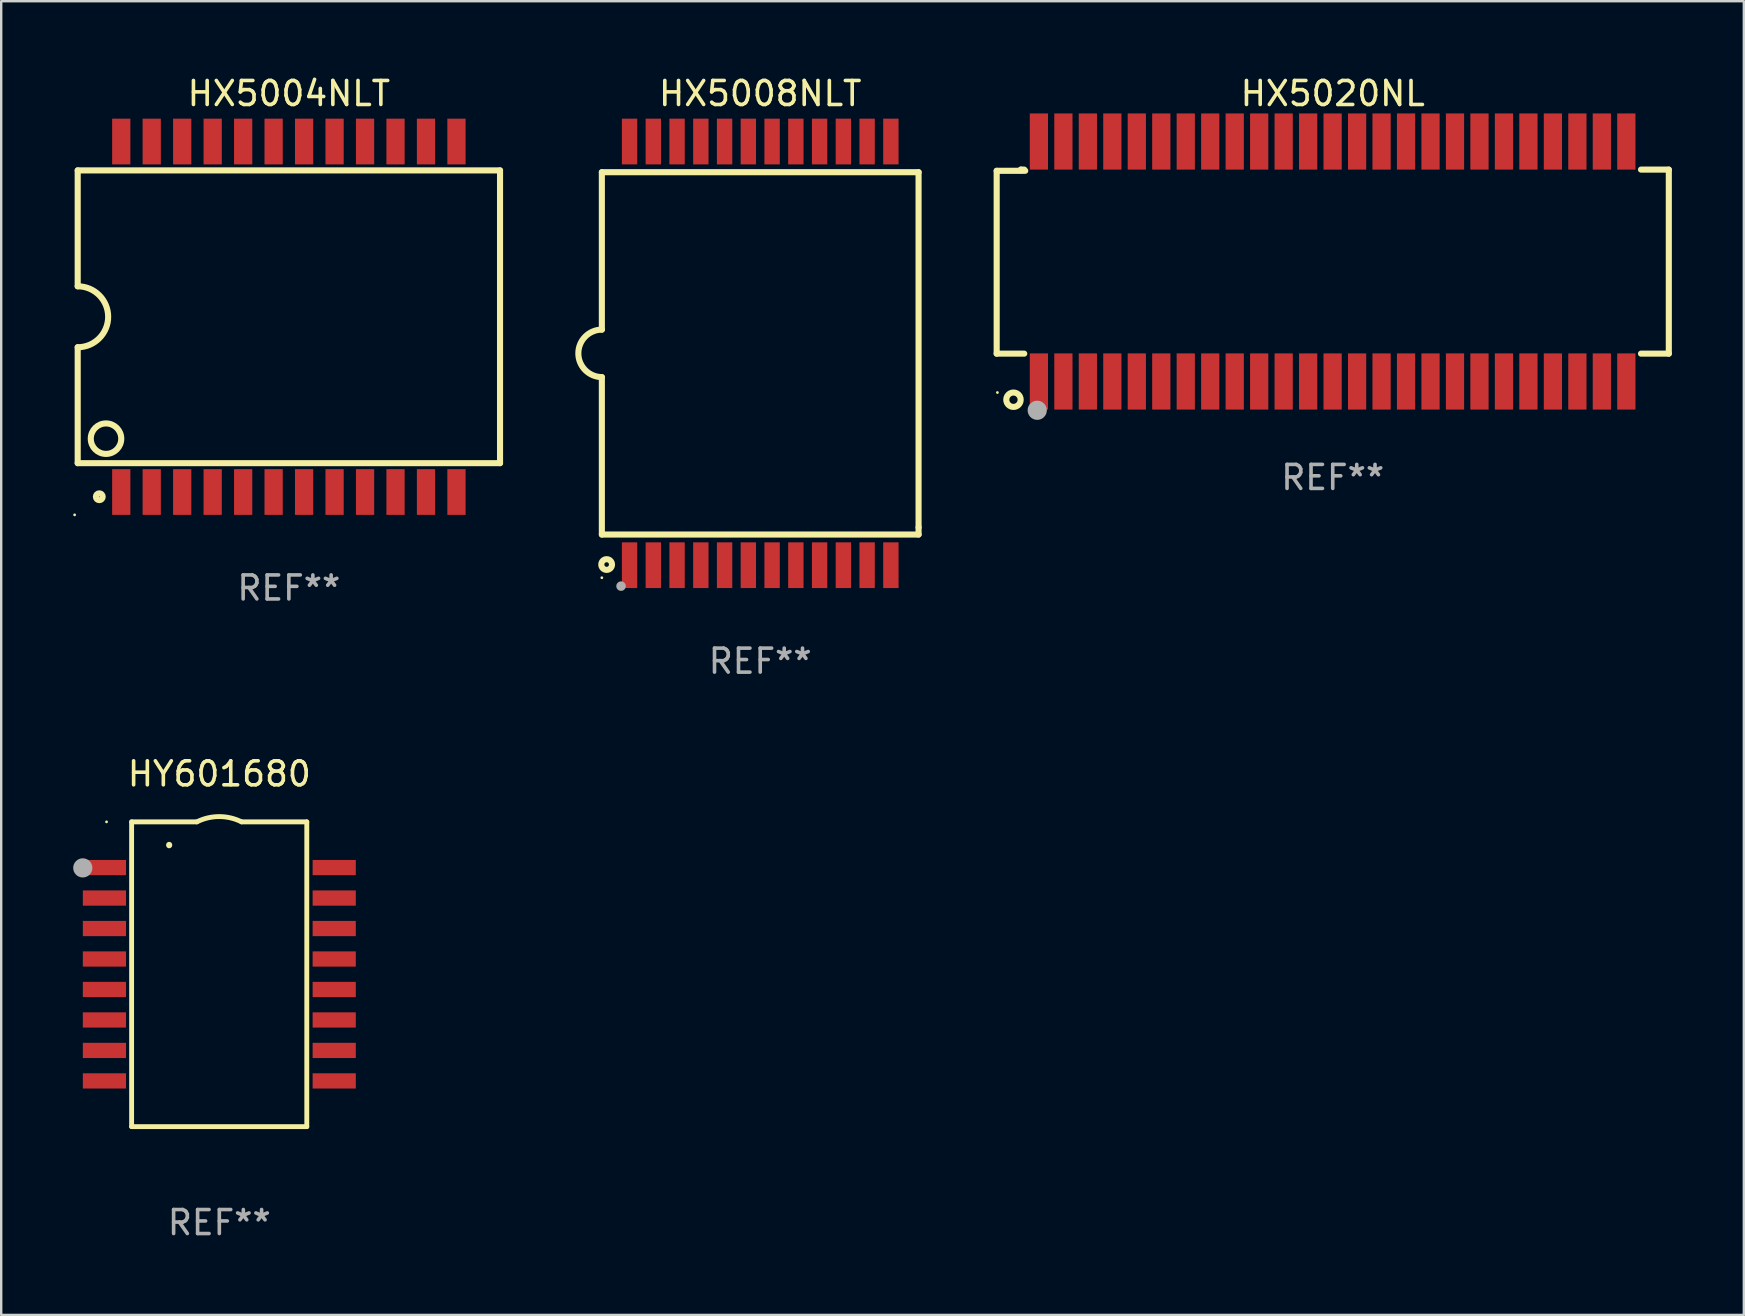
<source format=kicad_pcb>
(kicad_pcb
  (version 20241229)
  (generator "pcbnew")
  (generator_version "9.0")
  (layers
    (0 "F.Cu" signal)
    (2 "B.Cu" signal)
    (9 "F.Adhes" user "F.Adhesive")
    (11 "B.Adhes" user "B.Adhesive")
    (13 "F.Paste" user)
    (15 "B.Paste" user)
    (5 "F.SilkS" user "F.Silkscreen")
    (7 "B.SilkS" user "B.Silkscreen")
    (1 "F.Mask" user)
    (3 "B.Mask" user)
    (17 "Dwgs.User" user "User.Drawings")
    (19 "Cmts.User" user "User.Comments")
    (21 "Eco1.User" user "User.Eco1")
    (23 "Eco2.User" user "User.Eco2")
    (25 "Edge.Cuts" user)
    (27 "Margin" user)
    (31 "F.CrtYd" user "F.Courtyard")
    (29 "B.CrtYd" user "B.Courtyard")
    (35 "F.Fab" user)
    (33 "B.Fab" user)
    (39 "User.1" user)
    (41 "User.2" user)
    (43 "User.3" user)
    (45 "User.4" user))
  (footprint "HX5008NLT"
    (layer "F.Cu")
    (at 28.631 11.676)
    (property "Reference" "HX5008NLT" (at 0 -10.828 0) (layer "F.SilkS") (effects (font (size 1 1) (thickness 0.15))))
    (attr through_hole)
    (fp_line (start -6.6 -7.55) (end -6.6 -0.99) (stroke (width 0.254) (type solid)) (layer "F.SilkS"))
    (fp_line (start -6.6 -7.55) (end 6.6 -7.55) (stroke (width 0.254) (type solid)) (layer "F.SilkS"))
    (fp_line (start -6.6 7.55) (end -6.6 0.99) (stroke (width 0.254) (type solid)) (layer "F.SilkS"))
    (fp_line (start 6.599 -7.551) (end 6.599 7.252) (stroke (width 0.254) (type solid)) (layer "F.SilkS"))
    (fp_line (start 6.599 7.252) (end 6.599 7.55) (stroke (width 0.254) (type solid)) (layer "F.SilkS"))
    (fp_line (start 6.6 7.55) (end -6.6 7.55) (stroke (width 0.254) (type solid)) (layer "F.SilkS"))
    (fp_arc (start -6.600025 0.990043) (mid -7.589001 -0.000571) (end -6.598933 -0.990094) (stroke (width 0.254001) (type solid)) (layer "F.SilkS"))
    (fp_circle (center -6.6 9.35) (end -6.57 9.35) (stroke (width 0.06) (type solid)) (fill no) (layer "F.SilkS"))
    (fp_circle (center -6.4 8.8) (end -6.177 8.8) (stroke (width 0.254) (type solid)) (fill no) (layer "F.SilkS"))
    (fp_circle (center -5.8 9.7) (end -5.7 9.7) (stroke (width 0.2) (type solid)) (fill no) (layer "F.Fab"))
    (fp_text user "REF**" (at 0 12.828 0) (layer "F.Fab") (effects (font (size 1 1) (thickness 0.15))))
    (pad "1" smd rect (at -5.445 8.828) (size 0.64 1.905) (layers "F.Cu" "F.Mask" "F.Paste"))
    (pad "2" smd rect (at -4.455 8.828) (size 0.64 1.905) (layers "F.Cu" "F.Mask" "F.Paste"))
    (pad "3" smd rect (at -3.465 8.828) (size 0.64 1.905) (layers "F.Cu" "F.Mask" "F.Paste"))
    (pad "4" smd rect (at -2.475 8.828) (size 0.64 1.905) (layers "F.Cu" "F.Mask" "F.Paste"))
    (pad "5" smd rect (at -1.485 8.828) (size 0.64 1.905) (layers "F.Cu" "F.Mask" "F.Paste"))
    (pad "6" smd rect (at -0.495 8.828) (size 0.64 1.905) (layers "F.Cu" "F.Mask" "F.Paste"))
    (pad "7" smd rect (at 0.495 8.828) (size 0.64 1.905) (layers "F.Cu" "F.Mask" "F.Paste"))
    (pad "8" smd rect (at 1.485 8.828) (size 0.64 1.905) (layers "F.Cu" "F.Mask" "F.Paste"))
    (pad "9" smd rect (at 2.475 8.828) (size 0.64 1.905) (layers "F.Cu" "F.Mask" "F.Paste"))
    (pad "10" smd rect (at 3.465 8.828) (size 0.64 1.905) (layers "F.Cu" "F.Mask" "F.Paste"))
    (pad "11" smd rect (at 4.455 8.828) (size 0.64 1.905) (layers "F.Cu" "F.Mask" "F.Paste"))
    (pad "12" smd rect (at 5.445 8.828) (size 0.64 1.905) (layers "F.Cu" "F.Mask" "F.Paste"))
    (pad "13" smd rect (at 5.445 -8.828) (size 0.64 1.905) (layers "F.Cu" "F.Mask" "F.Paste"))
    (pad "14" smd rect (at 4.455 -8.828) (size 0.64 1.905) (layers "F.Cu" "F.Mask" "F.Paste"))
    (pad "15" smd rect (at 3.465 -8.828) (size 0.64 1.905) (layers "F.Cu" "F.Mask" "F.Paste"))
    (pad "16" smd rect (at 2.475 -8.828) (size 0.64 1.905) (layers "F.Cu" "F.Mask" "F.Paste"))
    (pad "17" smd rect (at 1.485 -8.828) (size 0.64 1.905) (layers "F.Cu" "F.Mask" "F.Paste"))
    (pad "18" smd rect (at 0.495 -8.828) (size 0.64 1.905) (layers "F.Cu" "F.Mask" "F.Paste"))
    (pad "19" smd rect (at -0.495 -8.828) (size 0.64 1.905) (layers "F.Cu" "F.Mask" "F.Paste"))
    (pad "20" smd rect (at -1.485 -8.828) (size 0.64 1.905) (layers "F.Cu" "F.Mask" "F.Paste"))
    (pad "21" smd rect (at -2.475 -8.828) (size 0.64 1.905) (layers "F.Cu" "F.Mask" "F.Paste"))
    (pad "22" smd rect (at -3.465 -8.828) (size 0.64 1.905) (layers "F.Cu" "F.Mask" "F.Paste"))
    (pad "23" smd rect (at -4.455 -8.828) (size 0.64 1.905) (layers "F.Cu" "F.Mask" "F.Paste"))
    (pad "24" smd rect (at -5.445 -8.828) (size 0.64 1.905) (layers "F.Cu" "F.Mask" "F.Paste")))
  (footprint "HX5004NLT"
    (layer "F.Cu")
    (at 8.988 10.151)
    (property "Reference" "HX5004NLT" (at 0 -9.303 0) (layer "F.SilkS") (effects (font (size 1 1) (thickness 0.15))))
    (attr through_hole)
    (fp_line (start -8.8 -6.1) (end -8.8 -1.27) (stroke (width 0.254) (type solid)) (layer "F.SilkS"))
    (fp_line (start -8.8 -6.1) (end 8.8 -6.1) (stroke (width 0.254) (type solid)) (layer "F.SilkS"))
    (fp_line (start -8.8 6.1) (end -8.8 1.27) (stroke (width 0.254) (type solid)) (layer "F.SilkS"))
    (fp_line (start 8.8 -6.1) (end 8.8 6.1) (stroke (width 0.254) (type solid)) (layer "F.SilkS"))
    (fp_line (start 8.8 6.1) (end -8.8 6.1) (stroke (width 0.254) (type solid)) (layer "F.SilkS"))
    (fp_arc (start -8.801118 -1.270003) (mid -7.531115 -0.000546) (end -8.800025 1.270003) (stroke (width 0.254001) (type solid)) (layer "F.SilkS"))
    (fp_circle (center -8.928 8.255) (end -8.898 8.255) (stroke (width 0.06) (type solid)) (fill no) (layer "F.SilkS"))
    (fp_circle (center -7.9 7.5) (end -7.758 7.5) (stroke (width 0.254) (type solid)) (fill no) (layer "F.SilkS"))
    (fp_circle (center -7.62 5.08) (end -6.985 5.08) (stroke (width 0.254) (type solid)) (fill no) (layer "F.SilkS"))
    (fp_text user "REF**" (at 0 11.303 0) (layer "F.Fab") (effects (font (size 1 1) (thickness 0.15))))
    (pad "1" smd rect (at -6.985 7.303 90) (size 1.905 0.76) (layers "F.Cu" "F.Mask" "F.Paste"))
    (pad "2" smd rect (at -5.715 7.303 90) (size 1.905 0.76) (layers "F.Cu" "F.Mask" "F.Paste"))
    (pad "3" smd rect (at -4.445 7.303 90) (size 1.905 0.76) (layers "F.Cu" "F.Mask" "F.Paste"))
    (pad "4" smd rect (at -3.175 7.303 90) (size 1.905 0.76) (layers "F.Cu" "F.Mask" "F.Paste"))
    (pad "5" smd rect (at -1.905 7.303 90) (size 1.905 0.76) (layers "F.Cu" "F.Mask" "F.Paste"))
    (pad "6" smd rect (at -0.635 7.303 90) (size 1.905 0.76) (layers "F.Cu" "F.Mask" "F.Paste"))
    (pad "7" smd rect (at 0.635 7.303 90) (size 1.905 0.76) (layers "F.Cu" "F.Mask" "F.Paste"))
    (pad "8" smd rect (at 1.905 7.303 90) (size 1.905 0.76) (layers "F.Cu" "F.Mask" "F.Paste"))
    (pad "9" smd rect (at 3.175 7.303 90) (size 1.905 0.76) (layers "F.Cu" "F.Mask" "F.Paste"))
    (pad "10" smd rect (at 4.445 7.303 90) (size 1.905 0.76) (layers "F.Cu" "F.Mask" "F.Paste"))
    (pad "11" smd rect (at 5.715 7.303 90) (size 1.905 0.76) (layers "F.Cu" "F.Mask" "F.Paste"))
    (pad "12" smd rect (at 6.985 7.303 90) (size 1.905 0.76) (layers "F.Cu" "F.Mask" "F.Paste"))
    (pad "13" smd rect (at 6.985 -7.303 90) (size 1.905 0.76) (layers "F.Cu" "F.Mask" "F.Paste"))
    (pad "14" smd rect (at 5.715 -7.303 90) (size 1.905 0.76) (layers "F.Cu" "F.Mask" "F.Paste"))
    (pad "15" smd rect (at 4.445 -7.303 90) (size 1.905 0.76) (layers "F.Cu" "F.Mask" "F.Paste"))
    (pad "16" smd rect (at 3.175 -7.303 90) (size 1.905 0.76) (layers "F.Cu" "F.Mask" "F.Paste"))
    (pad "17" smd rect (at 1.905 -7.303 270) (size 1.905 0.76) (layers "F.Cu" "F.Mask" "F.Paste"))
    (pad "18" smd rect (at 0.635 -7.303 270) (size 1.905 0.76) (layers "F.Cu" "F.Mask" "F.Paste"))
    (pad "19" smd rect (at -0.635 -7.303 270) (size 1.905 0.76) (layers "F.Cu" "F.Mask" "F.Paste"))
    (pad "20" smd rect (at -1.905 -7.303 270) (size 1.905 0.76) (layers "F.Cu" "F.Mask" "F.Paste"))
    (pad "21" smd rect (at -3.175 -7.303 270) (size 1.905 0.76) (layers "F.Cu" "F.Mask" "F.Paste"))
    (pad "22" smd rect (at -4.445 -7.303 270) (size 1.905 0.76) (layers "F.Cu" "F.Mask" "F.Paste"))
    (pad "23" smd rect (at -5.715 -7.303 270) (size 1.905 0.76) (layers "F.Cu" "F.Mask" "F.Paste"))
    (pad "24" smd rect (at -6.985 -7.303 270) (size 1.905 0.76) (layers "F.Cu" "F.Mask" "F.Paste")))
  (footprint "HY601680"
    (layer "F.Cu")
    (at 6.09 37.55)
    (property "Reference" "HY601680" (at 0 -8.35 0) (layer "F.SilkS") (effects (font (size 1 1) (thickness 0.15))))
    (attr through_hole)
    (fp_line (start -3.655 -6.35) (end -0.937 -6.35) (stroke (width 0.203) (type solid)) (layer "F.SilkS"))
    (fp_line (start -3.655 6.35) (end -3.655 -6.35) (stroke (width 0.203) (type solid)) (layer "F.SilkS"))
    (fp_line (start 0.927 -6.35) (end 3.645 -6.35) (stroke (width 0.203) (type solid)) (layer "F.SilkS"))
    (fp_line (start 3.645 -6.35) (end 3.645 6.35) (stroke (width 0.203) (type solid)) (layer "F.SilkS"))
    (fp_line (start 3.645 6.35) (end -3.655 6.35) (stroke (width 0.203) (type solid)) (layer "F.SilkS"))
    (fp_arc (start -2.090424 -5.377191) (mid -2.090454 -5.383541) (end -2.090424 -5.389891) (stroke (width 0.254001) (type solid)) (layer "F.SilkS"))
    (fp_arc (start -0.937262 -6.350013) (mid -0.00508 -6.569989) (end 0.927102 -6.350013) (stroke (width 0.2032) (type solid)) (layer "F.SilkS"))
    (fp_circle (center -4.7 -6.35) (end -4.67 -6.35) (stroke (width 0.06) (type solid)) (fill no) (layer "F.SilkS"))
    (fp_circle (center -5.69 -4.432) (end -5.49 -4.432) (stroke (width 0.4) (type solid)) (fill no) (layer "F.Fab"))
    (fp_text user "REF**" (at 0 10.35 0) (layer "F.Fab") (effects (font (size 1 1) (thickness 0.15))))
    (pad "1" smd rect (at -4.788 -4.445 270) (size 0.635 1.8) (layers "F.Cu" "F.Mask" "F.Paste"))
    (pad "2" smd rect (at -4.788 -3.175 270) (size 0.635 1.8) (layers "F.Cu" "F.Mask" "F.Paste"))
    (pad "3" smd rect (at -4.788 -1.905 270) (size 0.635 1.8) (layers "F.Cu" "F.Mask" "F.Paste"))
    (pad "4" smd rect (at -4.788 -0.635 270) (size 0.635 1.8) (layers "F.Cu" "F.Mask" "F.Paste"))
    (pad "5" smd rect (at -4.788 0.635 270) (size 0.635 1.8) (layers "F.Cu" "F.Mask" "F.Paste"))
    (pad "6" smd rect (at -4.788 1.905 270) (size 0.635 1.8) (layers "F.Cu" "F.Mask" "F.Paste"))
    (pad "7" smd rect (at -4.788 3.175 270) (size 0.635 1.8) (layers "F.Cu" "F.Mask" "F.Paste"))
    (pad "8" smd rect (at -4.788 4.445 270) (size 0.635 1.8) (layers "F.Cu" "F.Mask" "F.Paste"))
    (pad "9" smd rect (at 4.788 4.445 270) (size 0.635 1.8) (layers "F.Cu" "F.Mask" "F.Paste"))
    (pad "10" smd rect (at 4.788 3.175 270) (size 0.635 1.8) (layers "F.Cu" "F.Mask" "F.Paste"))
    (pad "11" smd rect (at 4.788 1.905 270) (size 0.635 1.8) (layers "F.Cu" "F.Mask" "F.Paste"))
    (pad "12" smd rect (at 4.788 0.635 270) (size 0.635 1.8) (layers "F.Cu" "F.Mask" "F.Paste"))
    (pad "13" smd rect (at 4.788 -0.635 270) (size 0.635 1.8) (layers "F.Cu" "F.Mask" "F.Paste"))
    (pad "14" smd rect (at 4.788 -1.905 270) (size 0.635 1.8) (layers "F.Cu" "F.Mask" "F.Paste"))
    (pad "15" smd rect (at 4.788 -3.175 270) (size 0.635 1.8) (layers "F.Cu" "F.Mask" "F.Paste"))
    (pad "16" smd rect (at 4.788 -4.445 270) (size 0.635 1.8) (layers "F.Cu" "F.Mask" "F.Paste")))
  (footprint "HX5020NL"
    (layer "F.Cu")
    (at 52.49 7.848)
    (property "Reference" "HX5020NL" (at 0 -7 0) (layer "F.SilkS") (effects (font (size 1 1) (thickness 0.15))))
    (attr through_hole)
    (fp_line (start -14.005 -3.78) (end -14.005 3.84) (stroke (width 0.254) (type solid)) (layer "F.SilkS"))
    (fp_line (start -14.005 3.84) (end -12.856 3.84) (stroke (width 0.254) (type solid)) (layer "F.SilkS"))
    (fp_line (start -12.995 -3.83) (end -12.995 -3.8) (stroke (width 0.254) (type solid)) (layer "F.SilkS"))
    (fp_line (start -12.856 -3.83) (end -12.995 -3.83) (stroke (width 0.254) (type solid)) (layer "F.SilkS"))
    (fp_line (start -12.815 -3.78) (end -14.005 -3.78) (stroke (width 0.254) (type solid)) (layer "F.SilkS"))
    (fp_line (start 12.846 3.84) (end 14.005 3.84) (stroke (width 0.254) (type solid)) (layer "F.SilkS"))
    (fp_line (start 14.005 -3.83) (end 12.846 -3.83) (stroke (width 0.254) (type solid)) (layer "F.SilkS"))
    (fp_line (start 14.005 3.84) (end 14.005 -3.83) (stroke (width 0.254) (type solid)) (layer "F.SilkS"))
    (fp_circle (center -13.975 5.46) (end -13.945 5.46) (stroke (width 0.06) (type solid)) (fill no) (layer "F.SilkS"))
    (fp_circle (center -13.305 5.76) (end -13.005 5.76) (stroke (width 0.254) (type solid)) (fill no) (layer "F.SilkS"))
    (fp_circle (center -12.315 6.2) (end -12.115 6.2) (stroke (width 0.4) (type solid)) (fill no) (layer "F.Fab"))
    (fp_text user "REF**" (at 0 9 0) (layer "F.Fab") (effects (font (size 1 1) (thickness 0.15))))
    (pad "1" smd rect (at -12.245 5 90) (size 2.34 0.76) (layers "F.Cu" "F.Mask" "F.Paste"))
    (pad "2" smd rect (at -11.225 5 90) (size 2.34 0.76) (layers "F.Cu" "F.Mask" "F.Paste"))
    (pad "3" smd rect (at -10.205 5 90) (size 2.34 0.76) (layers "F.Cu" "F.Mask" "F.Paste"))
    (pad "4" smd rect (at -9.185 5 90) (size 2.34 0.76) (layers "F.Cu" "F.Mask" "F.Paste"))
    (pad "5" smd rect (at -8.165 5 90) (size 2.34 0.76) (layers "F.Cu" "F.Mask" "F.Paste"))
    (pad "6" smd rect (at -7.145 5 90) (size 2.34 0.76) (layers "F.Cu" "F.Mask" "F.Paste"))
    (pad "7" smd rect (at -6.125 5 90) (size 2.34 0.76) (layers "F.Cu" "F.Mask" "F.Paste"))
    (pad "8" smd rect (at -5.105 5 90) (size 2.34 0.76) (layers "F.Cu" "F.Mask" "F.Paste"))
    (pad "9" smd rect (at -4.085 5 90) (size 2.34 0.76) (layers "F.Cu" "F.Mask" "F.Paste"))
    (pad "10" smd rect (at -3.065 5 90) (size 2.34 0.76) (layers "F.Cu" "F.Mask" "F.Paste"))
    (pad "11" smd rect (at -2.045 5 90) (size 2.34 0.76) (layers "F.Cu" "F.Mask" "F.Paste"))
    (pad "12" smd rect (at -1.025 5 90) (size 2.34 0.76) (layers "F.Cu" "F.Mask" "F.Paste"))
    (pad "13" smd rect (at -0.005 5 90) (size 2.34 0.76) (layers "F.Cu" "F.Mask" "F.Paste"))
    (pad "14" smd rect (at 1.015 5 90) (size 2.34 0.76) (layers "F.Cu" "F.Mask" "F.Paste"))
    (pad "15" smd rect (at 2.035 5 90) (size 2.34 0.76) (layers "F.Cu" "F.Mask" "F.Paste"))
    (pad "16" smd rect (at 3.055 5 90) (size 2.34 0.76) (layers "F.Cu" "F.Mask" "F.Paste"))
    (pad "17" smd rect (at 4.075 5 90) (size 2.34 0.76) (layers "F.Cu" "F.Mask" "F.Paste"))
    (pad "18" smd rect (at 5.095 5 90) (size 2.34 0.76) (layers "F.Cu" "F.Mask" "F.Paste"))
    (pad "19" smd rect (at 6.115 5 90) (size 2.34 0.76) (layers "F.Cu" "F.Mask" "F.Paste"))
    (pad "20" smd rect (at 7.135 5 90) (size 2.34 0.76) (layers "F.Cu" "F.Mask" "F.Paste"))
    (pad "21" smd rect (at 8.155 5 90) (size 2.34 0.76) (layers "F.Cu" "F.Mask" "F.Paste"))
    (pad "22" smd rect (at 9.175 5 90) (size 2.34 0.76) (layers "F.Cu" "F.Mask" "F.Paste"))
    (pad "23" smd rect (at 10.195 5 90) (size 2.34 0.76) (layers "F.Cu" "F.Mask" "F.Paste"))
    (pad "24" smd rect (at 11.215 5 90) (size 2.34 0.76) (layers "F.Cu" "F.Mask" "F.Paste"))
    (pad "25" smd rect (at 12.235 5 90) (size 2.34 0.76) (layers "F.Cu" "F.Mask" "F.Paste"))
    (pad "26" smd rect (at 12.235 -5 90) (size 2.34 0.76) (layers "F.Cu" "F.Mask" "F.Paste"))
    (pad "27" smd rect (at 11.215 -5 90) (size 2.34 0.76) (layers "F.Cu" "F.Mask" "F.Paste"))
    (pad "28" smd rect (at 10.195 -5 90) (size 2.34 0.76) (layers "F.Cu" "F.Mask" "F.Paste"))
    (pad "29" smd rect (at 9.175 -5 90) (size 2.34 0.76) (layers "F.Cu" "F.Mask" "F.Paste"))
    (pad "30" smd rect (at 8.155 -5 90) (size 2.34 0.76) (layers "F.Cu" "F.Mask" "F.Paste"))
    (pad "31" smd rect (at 7.135 -5 90) (size 2.34 0.76) (layers "F.Cu" "F.Mask" "F.Paste"))
    (pad "32" smd rect (at 6.115 -5 90) (size 2.34 0.76) (layers "F.Cu" "F.Mask" "F.Paste"))
    (pad "33" smd rect (at 5.095 -5 90) (size 2.34 0.76) (layers "F.Cu" "F.Mask" "F.Paste"))
    (pad "34" smd rect (at 4.075 -5 90) (size 2.34 0.76) (layers "F.Cu" "F.Mask" "F.Paste"))
    (pad "35" smd rect (at 3.055 -5 90) (size 2.34 0.76) (layers "F.Cu" "F.Mask" "F.Paste"))
    (pad "36" smd rect (at 2.035 -5 90) (size 2.34 0.76) (layers "F.Cu" "F.Mask" "F.Paste"))
    (pad "37" smd rect (at 1.015 -5 90) (size 2.34 0.76) (layers "F.Cu" "F.Mask" "F.Paste"))
    (pad "38" smd rect (at -0.005 -5 90) (size 2.34 0.76) (layers "F.Cu" "F.Mask" "F.Paste"))
    (pad "39" smd rect (at -1.025 -5 90) (size 2.34 0.76) (layers "F.Cu" "F.Mask" "F.Paste"))
    (pad "40" smd rect (at -2.045 -5 90) (size 2.34 0.76) (layers "F.Cu" "F.Mask" "F.Paste"))
    (pad "41" smd rect (at -3.065 -5 90) (size 2.34 0.76) (layers "F.Cu" "F.Mask" "F.Paste"))
    (pad "42" smd rect (at -4.085 -5 90) (size 2.34 0.76) (layers "F.Cu" "F.Mask" "F.Paste"))
    (pad "43" smd rect (at -5.105 -5 90) (size 2.34 0.76) (layers "F.Cu" "F.Mask" "F.Paste"))
    (pad "44" smd rect (at -6.125 -5 90) (size 2.34 0.76) (layers "F.Cu" "F.Mask" "F.Paste"))
    (pad "45" smd rect (at -7.145 -5 90) (size 2.34 0.76) (layers "F.Cu" "F.Mask" "F.Paste"))
    (pad "46" smd rect (at -8.165 -5 90) (size 2.34 0.76) (layers "F.Cu" "F.Mask" "F.Paste"))
    (pad "47" smd rect (at -9.185 -5 90) (size 2.34 0.76) (layers "F.Cu" "F.Mask" "F.Paste"))
    (pad "48" smd rect (at -10.205 -5 90) (size 2.34 0.76) (layers "F.Cu" "F.Mask" "F.Paste"))
    (pad "49" smd rect (at -11.225 -5 90) (size 2.34 0.76) (layers "F.Cu" "F.Mask" "F.Paste"))
    (pad "50" smd rect (at -12.245 -5 90) (size 2.34 0.76) (layers "F.Cu" "F.Mask" "F.Paste")))
  (gr_rect
    (start -3 -3)
    (end 69.622 51.748)
    (stroke (width 0.1) (type default))
    (fill no)
    (layer "Edge.Cuts")))
</source>
